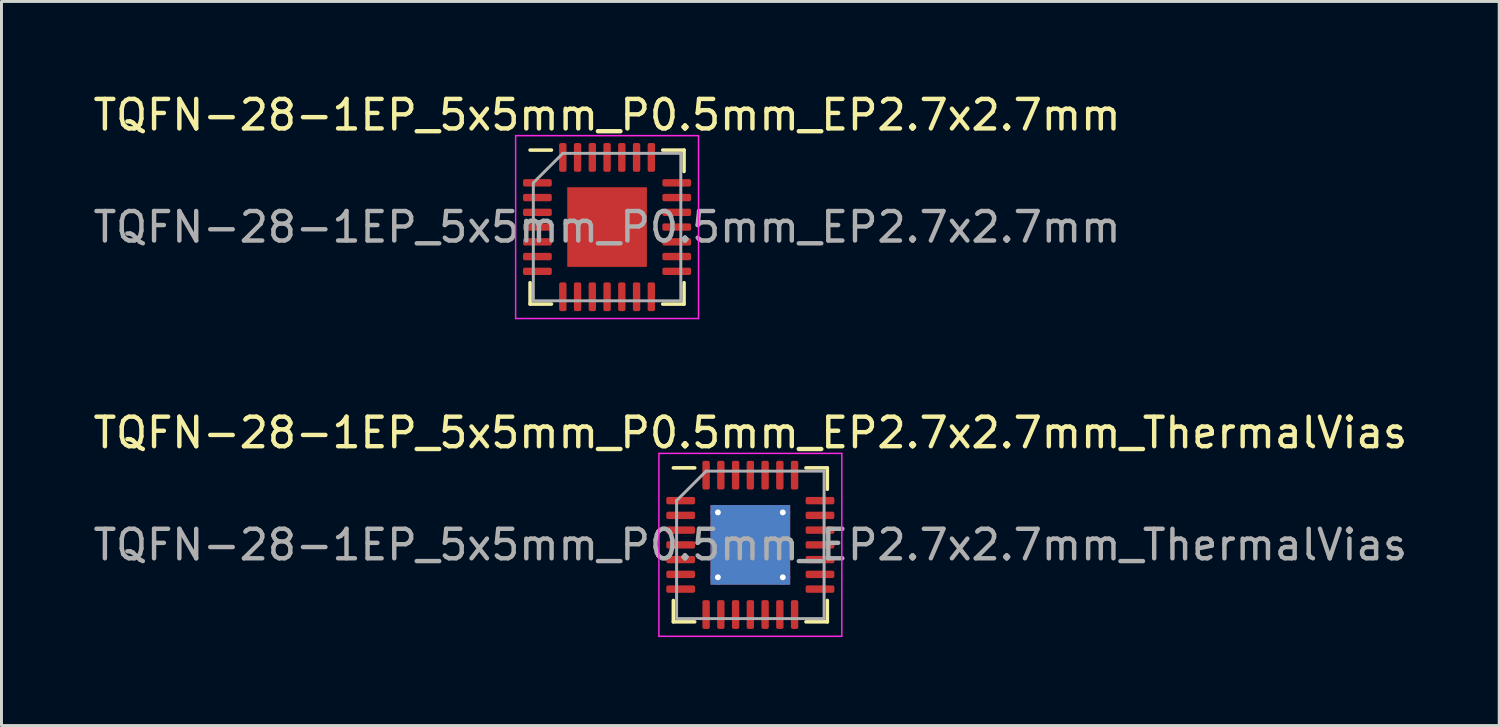
<source format=kicad_pcb>
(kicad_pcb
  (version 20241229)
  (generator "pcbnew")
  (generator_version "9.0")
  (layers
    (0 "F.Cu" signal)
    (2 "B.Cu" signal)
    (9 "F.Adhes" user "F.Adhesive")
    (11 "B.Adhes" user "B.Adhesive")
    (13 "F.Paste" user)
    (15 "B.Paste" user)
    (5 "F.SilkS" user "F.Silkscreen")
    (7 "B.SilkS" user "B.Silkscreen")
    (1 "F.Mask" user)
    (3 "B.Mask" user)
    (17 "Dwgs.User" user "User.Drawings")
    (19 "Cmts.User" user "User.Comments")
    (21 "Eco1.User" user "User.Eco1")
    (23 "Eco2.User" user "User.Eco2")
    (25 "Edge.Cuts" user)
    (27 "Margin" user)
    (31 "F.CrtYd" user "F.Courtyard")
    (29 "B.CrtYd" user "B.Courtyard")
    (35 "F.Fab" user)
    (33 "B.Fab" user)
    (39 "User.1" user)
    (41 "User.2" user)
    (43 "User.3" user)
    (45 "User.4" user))
  (footprint "TQFN-28-1EP_5x5mm_P0.5mm_EP2.7x2.7mm"
    (layer "F.Cu")
    (at 17.53 4.648)
    (property "Reference" "TQFN-28-1EP_5x5mm_P0.5mm_EP2.7x2.7mm" (at 0 -3.8 0) (layer "F.SilkS") (effects (font (size 1 1) (thickness 0.15))))
    (attr smd)
    (fp_line (start -2.61 2.61) (end -2.61 1.885) (stroke (width 0.12) (type solid)) (layer "F.SilkS"))
    (fp_line (start -1.885 -2.61) (end -2.61 -2.61) (stroke (width 0.12) (type solid)) (layer "F.SilkS"))
    (fp_line (start -1.885 2.61) (end -2.61 2.61) (stroke (width 0.12) (type solid)) (layer "F.SilkS"))
    (fp_line (start 1.885 -2.61) (end 2.61 -2.61) (stroke (width 0.12) (type solid)) (layer "F.SilkS"))
    (fp_line (start 1.885 2.61) (end 2.61 2.61) (stroke (width 0.12) (type solid)) (layer "F.SilkS"))
    (fp_line (start 2.61 -2.61) (end 2.61 -1.885) (stroke (width 0.12) (type solid)) (layer "F.SilkS"))
    (fp_line (start 2.61 2.61) (end 2.61 1.885) (stroke (width 0.12) (type solid)) (layer "F.SilkS"))
    (fp_line (start -3.1 -3.1) (end -3.1 3.1) (stroke (width 0.05) (type solid)) (layer "F.CrtYd"))
    (fp_line (start -3.1 3.1) (end 3.1 3.1) (stroke (width 0.05) (type solid)) (layer "F.CrtYd"))
    (fp_line (start 3.1 -3.1) (end -3.1 -3.1) (stroke (width 0.05) (type solid)) (layer "F.CrtYd"))
    (fp_line (start 3.1 3.1) (end 3.1 -3.1) (stroke (width 0.05) (type solid)) (layer "F.CrtYd"))
    (fp_line (start -2.5 -1.5) (end -1.5 -2.5) (stroke (width 0.1) (type solid)) (layer "F.Fab"))
    (fp_line (start -2.5 2.5) (end -2.5 -1.5) (stroke (width 0.1) (type solid)) (layer "F.Fab"))
    (fp_line (start -1.5 -2.5) (end 2.5 -2.5) (stroke (width 0.1) (type solid)) (layer "F.Fab"))
    (fp_line (start 2.5 -2.5) (end 2.5 2.5) (stroke (width 0.1) (type solid)) (layer "F.Fab"))
    (fp_line (start 2.5 2.5) (end -2.5 2.5) (stroke (width 0.1) (type solid)) (layer "F.Fab"))
    (fp_text user "${REFERENCE}" (at 0 0 0) (layer "F.Fab") (effects (font (size 1 1) (thickness 0.15))))
    (pad "" smd roundrect (at -0.675 -0.675) (size 1.09 1.09) (layers "F.Paste") (roundrect_rratio 0.229))
    (pad "" smd roundrect (at -0.675 0.675) (size 1.09 1.09) (layers "F.Paste") (roundrect_rratio 0.229))
    (pad "" smd roundrect (at 0.675 -0.675) (size 1.09 1.09) (layers "F.Paste") (roundrect_rratio 0.229))
    (pad "" smd roundrect (at 0.675 0.675) (size 1.09 1.09) (layers "F.Paste") (roundrect_rratio 0.229))
    (pad "1" smd roundrect (at -2.362 -1.5) (size 0.975 0.25) (layers "F.Cu" "F.Mask" "F.Paste") (roundrect_rratio 0.25))
    (pad "2" smd roundrect (at -2.362 -1) (size 0.975 0.25) (layers "F.Cu" "F.Mask" "F.Paste") (roundrect_rratio 0.25))
    (pad "3" smd roundrect (at -2.362 -0.5) (size 0.975 0.25) (layers "F.Cu" "F.Mask" "F.Paste") (roundrect_rratio 0.25))
    (pad "4" smd roundrect (at -2.362 0) (size 0.975 0.25) (layers "F.Cu" "F.Mask" "F.Paste") (roundrect_rratio 0.25))
    (pad "5" smd roundrect (at -2.362 0.5) (size 0.975 0.25) (layers "F.Cu" "F.Mask" "F.Paste") (roundrect_rratio 0.25))
    (pad "6" smd roundrect (at -2.362 1) (size 0.975 0.25) (layers "F.Cu" "F.Mask" "F.Paste") (roundrect_rratio 0.25))
    (pad "7" smd roundrect (at -2.362 1.5) (size 0.975 0.25) (layers "F.Cu" "F.Mask" "F.Paste") (roundrect_rratio 0.25))
    (pad "8" smd roundrect (at -1.5 2.362) (size 0.25 0.975) (layers "F.Cu" "F.Mask" "F.Paste") (roundrect_rratio 0.25))
    (pad "9" smd roundrect (at -1 2.362) (size 0.25 0.975) (layers "F.Cu" "F.Mask" "F.Paste") (roundrect_rratio 0.25))
    (pad "10" smd roundrect (at -0.5 2.362) (size 0.25 0.975) (layers "F.Cu" "F.Mask" "F.Paste") (roundrect_rratio 0.25))
    (pad "11" smd roundrect (at 0 2.362) (size 0.25 0.975) (layers "F.Cu" "F.Mask" "F.Paste") (roundrect_rratio 0.25))
    (pad "12" smd roundrect (at 0.5 2.362) (size 0.25 0.975) (layers "F.Cu" "F.Mask" "F.Paste") (roundrect_rratio 0.25))
    (pad "13" smd roundrect (at 1 2.362) (size 0.25 0.975) (layers "F.Cu" "F.Mask" "F.Paste") (roundrect_rratio 0.25))
    (pad "14" smd roundrect (at 1.5 2.362) (size 0.25 0.975) (layers "F.Cu" "F.Mask" "F.Paste") (roundrect_rratio 0.25))
    (pad "15" smd roundrect (at 2.362 1.5) (size 0.975 0.25) (layers "F.Cu" "F.Mask" "F.Paste") (roundrect_rratio 0.25))
    (pad "16" smd roundrect (at 2.362 1) (size 0.975 0.25) (layers "F.Cu" "F.Mask" "F.Paste") (roundrect_rratio 0.25))
    (pad "17" smd roundrect (at 2.362 0.5) (size 0.975 0.25) (layers "F.Cu" "F.Mask" "F.Paste") (roundrect_rratio 0.25))
    (pad "18" smd roundrect (at 2.362 0) (size 0.975 0.25) (layers "F.Cu" "F.Mask" "F.Paste") (roundrect_rratio 0.25))
    (pad "19" smd roundrect (at 2.362 -0.5) (size 0.975 0.25) (layers "F.Cu" "F.Mask" "F.Paste") (roundrect_rratio 0.25))
    (pad "20" smd roundrect (at 2.362 -1) (size 0.975 0.25) (layers "F.Cu" "F.Mask" "F.Paste") (roundrect_rratio 0.25))
    (pad "21" smd roundrect (at 2.362 -1.5) (size 0.975 0.25) (layers "F.Cu" "F.Mask" "F.Paste") (roundrect_rratio 0.25))
    (pad "22" smd roundrect (at 1.5 -2.362) (size 0.25 0.975) (layers "F.Cu" "F.Mask" "F.Paste") (roundrect_rratio 0.25))
    (pad "23" smd roundrect (at 1 -2.362) (size 0.25 0.975) (layers "F.Cu" "F.Mask" "F.Paste") (roundrect_rratio 0.25))
    (pad "24" smd roundrect (at 0.5 -2.362) (size 0.25 0.975) (layers "F.Cu" "F.Mask" "F.Paste") (roundrect_rratio 0.25))
    (pad "25" smd roundrect (at 0 -2.362) (size 0.25 0.975) (layers "F.Cu" "F.Mask" "F.Paste") (roundrect_rratio 0.25))
    (pad "26" smd roundrect (at -0.5 -2.362) (size 0.25 0.975) (layers "F.Cu" "F.Mask" "F.Paste") (roundrect_rratio 0.25))
    (pad "27" smd roundrect (at -1 -2.362) (size 0.25 0.975) (layers "F.Cu" "F.Mask" "F.Paste") (roundrect_rratio 0.25))
    (pad "28" smd roundrect (at -1.5 -2.362) (size 0.25 0.975) (layers "F.Cu" "F.Mask" "F.Paste") (roundrect_rratio 0.25))
    (pad "29" smd rect (at 0 0) (size 2.7 2.7) (layers "F.Cu" "F.Mask")))
  (footprint "TQFN-28-1EP_5x5mm_P0.5mm_EP2.7x2.7mm_ThermalVias"
    (layer "F.Cu")
    (at 22.387 15.421)
    (property "Reference" "TQFN-28-1EP_5x5mm_P0.5mm_EP2.7x2.7mm_ThermalVias" (at 0 -3.8 0) (layer "F.SilkS") (effects (font (size 1 1) (thickness 0.15))))
    (attr smd)
    (fp_line (start -2.61 2.61) (end -2.61 1.885) (stroke (width 0.12) (type solid)) (layer "F.SilkS"))
    (fp_line (start -1.885 -2.61) (end -2.61 -2.61) (stroke (width 0.12) (type solid)) (layer "F.SilkS"))
    (fp_line (start -1.885 2.61) (end -2.61 2.61) (stroke (width 0.12) (type solid)) (layer "F.SilkS"))
    (fp_line (start 1.885 -2.61) (end 2.61 -2.61) (stroke (width 0.12) (type solid)) (layer "F.SilkS"))
    (fp_line (start 1.885 2.61) (end 2.61 2.61) (stroke (width 0.12) (type solid)) (layer "F.SilkS"))
    (fp_line (start 2.61 -2.61) (end 2.61 -1.885) (stroke (width 0.12) (type solid)) (layer "F.SilkS"))
    (fp_line (start 2.61 2.61) (end 2.61 1.885) (stroke (width 0.12) (type solid)) (layer "F.SilkS"))
    (fp_line (start -3.1 -3.1) (end -3.1 3.1) (stroke (width 0.05) (type solid)) (layer "F.CrtYd"))
    (fp_line (start -3.1 3.1) (end 3.1 3.1) (stroke (width 0.05) (type solid)) (layer "F.CrtYd"))
    (fp_line (start 3.1 -3.1) (end -3.1 -3.1) (stroke (width 0.05) (type solid)) (layer "F.CrtYd"))
    (fp_line (start 3.1 3.1) (end 3.1 -3.1) (stroke (width 0.05) (type solid)) (layer "F.CrtYd"))
    (fp_line (start -2.5 -1.5) (end -1.5 -2.5) (stroke (width 0.1) (type solid)) (layer "F.Fab"))
    (fp_line (start -2.5 2.5) (end -2.5 -1.5) (stroke (width 0.1) (type solid)) (layer "F.Fab"))
    (fp_line (start -1.5 -2.5) (end 2.5 -2.5) (stroke (width 0.1) (type solid)) (layer "F.Fab"))
    (fp_line (start 2.5 -2.5) (end 2.5 2.5) (stroke (width 0.1) (type solid)) (layer "F.Fab"))
    (fp_line (start 2.5 2.5) (end -2.5 2.5) (stroke (width 0.1) (type solid)) (layer "F.Fab"))
    (fp_text user "${REFERENCE}" (at 0 0 0) (layer "F.Fab") (effects (font (size 1 1) (thickness 0.15))))
    (pad "" smd roundrect (at -0.675 -0.675) (size 1.17 1.17) (layers "F.Paste") (roundrect_rratio 0.214))
    (pad "" smd roundrect (at -0.675 0.675) (size 1.17 1.17) (layers "F.Paste") (roundrect_rratio 0.214))
    (pad "" smd roundrect (at 0.675 -0.675) (size 1.17 1.17) (layers "F.Paste") (roundrect_rratio 0.214))
    (pad "" smd roundrect (at 0.675 0.675) (size 1.17 1.17) (layers "F.Paste") (roundrect_rratio 0.214))
    (pad "1" smd roundrect (at -2.362 -1.5) (size 0.975 0.25) (layers "F.Cu" "F.Mask" "F.Paste") (roundrect_rratio 0.25))
    (pad "2" smd roundrect (at -2.362 -1) (size 0.975 0.25) (layers "F.Cu" "F.Mask" "F.Paste") (roundrect_rratio 0.25))
    (pad "3" smd roundrect (at -2.362 -0.5) (size 0.975 0.25) (layers "F.Cu" "F.Mask" "F.Paste") (roundrect_rratio 0.25))
    (pad "4" smd roundrect (at -2.362 0) (size 0.975 0.25) (layers "F.Cu" "F.Mask" "F.Paste") (roundrect_rratio 0.25))
    (pad "5" smd roundrect (at -2.362 0.5) (size 0.975 0.25) (layers "F.Cu" "F.Mask" "F.Paste") (roundrect_rratio 0.25))
    (pad "6" smd roundrect (at -2.362 1) (size 0.975 0.25) (layers "F.Cu" "F.Mask" "F.Paste") (roundrect_rratio 0.25))
    (pad "7" smd roundrect (at -2.362 1.5) (size 0.975 0.25) (layers "F.Cu" "F.Mask" "F.Paste") (roundrect_rratio 0.25))
    (pad "8" smd roundrect (at -1.5 2.362) (size 0.25 0.975) (layers "F.Cu" "F.Mask" "F.Paste") (roundrect_rratio 0.25))
    (pad "9" smd roundrect (at -1 2.362) (size 0.25 0.975) (layers "F.Cu" "F.Mask" "F.Paste") (roundrect_rratio 0.25))
    (pad "10" smd roundrect (at -0.5 2.362) (size 0.25 0.975) (layers "F.Cu" "F.Mask" "F.Paste") (roundrect_rratio 0.25))
    (pad "11" smd roundrect (at 0 2.362) (size 0.25 0.975) (layers "F.Cu" "F.Mask" "F.Paste") (roundrect_rratio 0.25))
    (pad "12" smd roundrect (at 0.5 2.362) (size 0.25 0.975) (layers "F.Cu" "F.Mask" "F.Paste") (roundrect_rratio 0.25))
    (pad "13" smd roundrect (at 1 2.362) (size 0.25 0.975) (layers "F.Cu" "F.Mask" "F.Paste") (roundrect_rratio 0.25))
    (pad "14" smd roundrect (at 1.5 2.362) (size 0.25 0.975) (layers "F.Cu" "F.Mask" "F.Paste") (roundrect_rratio 0.25))
    (pad "15" smd roundrect (at 2.362 1.5) (size 0.975 0.25) (layers "F.Cu" "F.Mask" "F.Paste") (roundrect_rratio 0.25))
    (pad "16" smd roundrect (at 2.362 1) (size 0.975 0.25) (layers "F.Cu" "F.Mask" "F.Paste") (roundrect_rratio 0.25))
    (pad "17" smd roundrect (at 2.362 0.5) (size 0.975 0.25) (layers "F.Cu" "F.Mask" "F.Paste") (roundrect_rratio 0.25))
    (pad "18" smd roundrect (at 2.362 0) (size 0.975 0.25) (layers "F.Cu" "F.Mask" "F.Paste") (roundrect_rratio 0.25))
    (pad "19" smd roundrect (at 2.362 -0.5) (size 0.975 0.25) (layers "F.Cu" "F.Mask" "F.Paste") (roundrect_rratio 0.25))
    (pad "20" smd roundrect (at 2.362 -1) (size 0.975 0.25) (layers "F.Cu" "F.Mask" "F.Paste") (roundrect_rratio 0.25))
    (pad "21" smd roundrect (at 2.362 -1.5) (size 0.975 0.25) (layers "F.Cu" "F.Mask" "F.Paste") (roundrect_rratio 0.25))
    (pad "22" smd roundrect (at 1.5 -2.362) (size 0.25 0.975) (layers "F.Cu" "F.Mask" "F.Paste") (roundrect_rratio 0.25))
    (pad "23" smd roundrect (at 1 -2.362) (size 0.25 0.975) (layers "F.Cu" "F.Mask" "F.Paste") (roundrect_rratio 0.25))
    (pad "24" smd roundrect (at 0.5 -2.362) (size 0.25 0.975) (layers "F.Cu" "F.Mask" "F.Paste") (roundrect_rratio 0.25))
    (pad "25" smd roundrect (at 0 -2.362) (size 0.25 0.975) (layers "F.Cu" "F.Mask" "F.Paste") (roundrect_rratio 0.25))
    (pad "26" smd roundrect (at -0.5 -2.362) (size 0.25 0.975) (layers "F.Cu" "F.Mask" "F.Paste") (roundrect_rratio 0.25))
    (pad "27" smd roundrect (at -1 -2.362) (size 0.25 0.975) (layers "F.Cu" "F.Mask" "F.Paste") (roundrect_rratio 0.25))
    (pad "28" smd roundrect (at -1.5 -2.362) (size 0.25 0.975) (layers "F.Cu" "F.Mask" "F.Paste") (roundrect_rratio 0.25))
    (pad "29" thru_hole circle (at -1.1 -1.1) (size 0.5 0.5) (drill 0.2) (layers "*.Cu"))
    (pad "29" thru_hole circle (at -1.1 1.1) (size 0.5 0.5) (drill 0.2) (layers "*.Cu"))
    (pad "29" smd rect (at 0 0) (size 2.7 2.7) (layers "F.Cu" "F.Mask"))
    (pad "29" smd rect (at 0 0) (size 2.7 2.7) (layers "B.Cu"))
    (pad "29" thru_hole circle (at 1.1 -1.1) (size 0.5 0.5) (drill 0.2) (layers "*.Cu"))
    (pad "29" thru_hole circle (at 1.1 1.1) (size 0.5 0.5) (drill 0.2) (layers "*.Cu")))
  (gr_rect
    (start -3 -3)
    (end 47.774 21.547)
    (stroke (width 0.1) (type default))
    (fill no)
    (layer "Edge.Cuts")))
</source>
